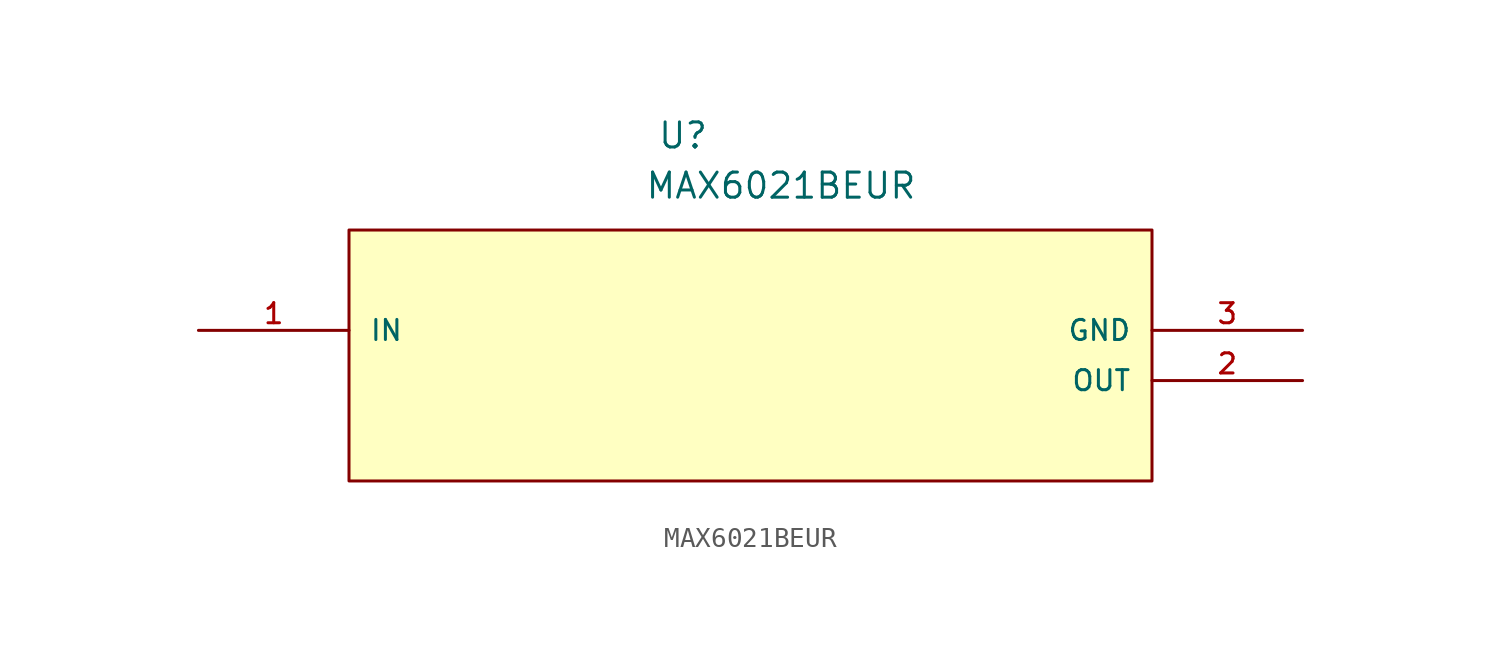
<source format=kicad_sym>
(kicad_symbol_lib
  (version 20211014)
  (generator kicad_symbol_editor)
  (symbol "MAX6021BEUR"
    (pin_names
      (offset 1.016))
    (property "Reference" "U"
      (at 23.216 9.119 0.0)
      (effects (font (size 1.27 1.27)) (justify bottom left)))
    (property "Value" "MAX6021BEUR"
      (at 22.581 6.579 0.0)
      (effects (font (size 1.27 1.27)) (justify bottom left)))
    (symbol "MAX6021BEUR_0_0"
      (rectangle (start 7.62 -7.62) (end 48.26 5.08) (stroke (width 0.152)) (fill (type background)))
      (pin input line (at 0.0 0.0 0) (length 7.62) (name "IN" (effects (font (size 1.016 1.016)))) (number "1" (effects (font (size 1.016 1.016)))))
      (pin output line (at 55.88 -2.54 180.0) (length 7.62) (name "OUT" (effects (font (size 1.016 1.016)))) (number "2" (effects (font (size 1.016 1.016)))))
      (pin power_in line (at 55.88 0.0 180.0) (length 7.62) (name "GND" (effects (font (size 1.016 1.016)))) (number "3" (effects (font (size 1.016 1.016))))))))
</source>
